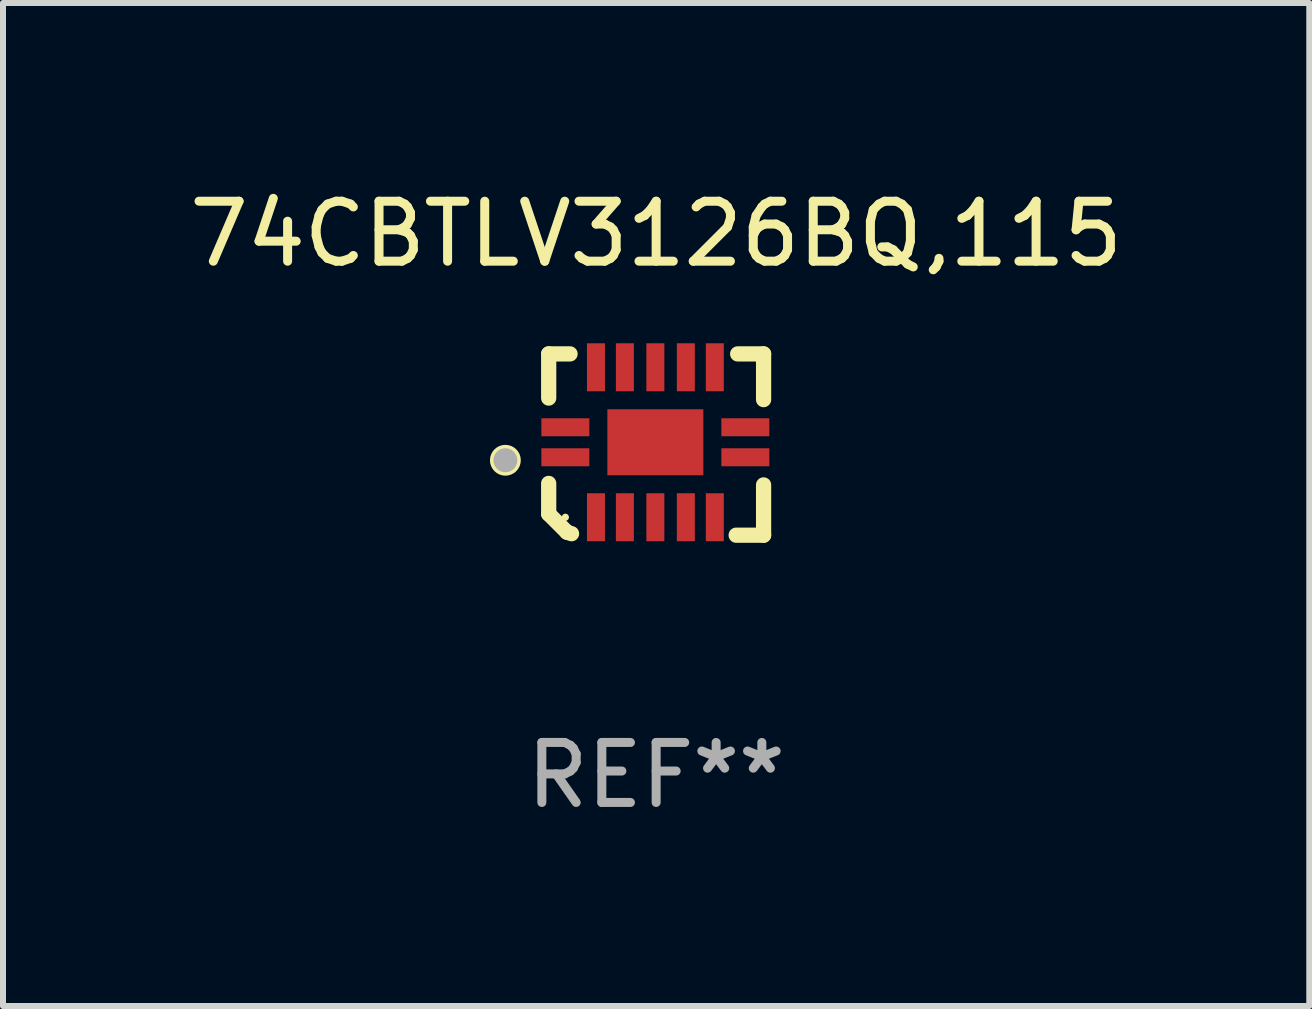
<source format=kicad_pcb>
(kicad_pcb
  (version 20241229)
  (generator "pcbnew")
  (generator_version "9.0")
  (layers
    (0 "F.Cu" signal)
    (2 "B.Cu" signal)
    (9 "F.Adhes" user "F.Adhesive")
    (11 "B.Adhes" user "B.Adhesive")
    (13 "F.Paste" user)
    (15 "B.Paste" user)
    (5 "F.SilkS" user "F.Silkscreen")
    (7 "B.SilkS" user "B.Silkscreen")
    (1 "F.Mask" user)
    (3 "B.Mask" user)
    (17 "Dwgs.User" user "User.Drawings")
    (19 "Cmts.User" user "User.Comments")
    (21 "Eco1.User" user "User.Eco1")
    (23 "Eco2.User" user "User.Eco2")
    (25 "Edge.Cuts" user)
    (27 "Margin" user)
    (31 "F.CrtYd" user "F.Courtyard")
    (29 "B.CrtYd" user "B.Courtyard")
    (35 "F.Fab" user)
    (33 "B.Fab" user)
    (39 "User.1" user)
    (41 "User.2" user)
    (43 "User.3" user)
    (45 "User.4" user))
  (footprint "74CBTLV3126BQ,115"
    (layer "F.Cu")
    (at 7.887 4.36)
    (property "Reference" "74CBTLV3126BQ,115" (at 0 -3.511 0) (layer "F.SilkS") (effects (font (size 1 1) (thickness 0.15))))
    (attr through_hole)
    (fp_line (start -1.791 -1.511) (end -1.435 -1.511) (stroke (width 0.254) (type solid)) (layer "F.SilkS"))
    (fp_line (start -1.791 -0.775) (end -1.791 -1.511) (stroke (width 0.254) (type solid)) (layer "F.SilkS"))
    (fp_line (start -1.791 1.156) (end -1.791 0.648) (stroke (width 0.254) (type solid)) (layer "F.SilkS"))
    (fp_line (start -1.486 1.461) (end -1.791 1.156) (stroke (width 0.254) (type solid)) (layer "F.SilkS"))
    (fp_line (start -1.41 1.486) (end -1.486 1.461) (stroke (width 0.254) (type solid)) (layer "F.SilkS"))
    (fp_line (start 1.334 1.511) (end 1.791 1.511) (stroke (width 0.254) (type solid)) (layer "F.SilkS"))
    (fp_line (start 1.791 -1.511) (end 1.359 -1.511) (stroke (width 0.254) (type solid)) (layer "F.SilkS"))
    (fp_line (start 1.791 -0.749) (end 1.791 -1.511) (stroke (width 0.254) (type solid)) (layer "F.SilkS"))
    (fp_line (start 1.791 1.511) (end 1.791 0.673) (stroke (width 0.254) (type solid)) (layer "F.SilkS"))
    (fp_circle (center -2.513 0.262) (end -2.383 0.262) (stroke (width 0.254) (type solid)) (fill no) (layer "F.SilkS"))
    (fp_circle (center -1.513 1.212) (end -1.483 1.212) (stroke (width 0.06) (type solid)) (fill no) (layer "F.SilkS"))
    (fp_circle (center -2.513 0.262) (end -2.413 0.262) (stroke (width 0.2) (type solid)) (fill no) (layer "F.Fab"))
    (fp_text user "REF**" (at 0 5.511 0) (layer "F.Fab") (effects (font (size 1 1) (thickness 0.15))))
    (pad "1" smd rect (at -1.513 0.212) (size 0.8 0.3) (layers "F.Cu" "F.Mask" "F.Paste"))
    (pad "2" smd rect (at -1.003 1.212) (size 0.3 0.8) (layers "F.Cu" "F.Mask" "F.Paste"))
    (pad "3" smd rect (at -0.521 1.212) (size 0.3 0.8) (layers "F.Cu" "F.Mask" "F.Paste"))
    (pad "4" smd rect (at -0.013 1.212) (size 0.3 0.8) (layers "F.Cu" "F.Mask" "F.Paste"))
    (pad "5" smd rect (at 0.495 1.212) (size 0.3 0.8) (layers "F.Cu" "F.Mask" "F.Paste"))
    (pad "6" smd rect (at 0.978 1.212) (size 0.3 0.8) (layers "F.Cu" "F.Mask" "F.Paste"))
    (pad "7" smd rect (at 1.487 0.212) (size 0.8 0.3) (layers "F.Cu" "F.Mask" "F.Paste"))
    (pad "8" smd rect (at 1.487 -0.288) (size 0.8 0.3) (layers "F.Cu" "F.Mask" "F.Paste"))
    (pad "9" smd rect (at 0.978 -1.288) (size 0.3 0.8) (layers "F.Cu" "F.Mask" "F.Paste"))
    (pad "10" smd rect (at 0.495 -1.288) (size 0.3 0.8) (layers "F.Cu" "F.Mask" "F.Paste"))
    (pad "11" smd rect (at -0.013 -1.288) (size 0.3 0.8) (layers "F.Cu" "F.Mask" "F.Paste"))
    (pad "12" smd rect (at -0.521 -1.288) (size 0.3 0.8) (layers "F.Cu" "F.Mask" "F.Paste"))
    (pad "13" smd rect (at -1.003 -1.288) (size 0.3 0.8) (layers "F.Cu" "F.Mask" "F.Paste"))
    (pad "14" smd rect (at -1.513 -0.288) (size 0.8 0.3) (layers "F.Cu" "F.Mask" "F.Paste"))
    (pad "15" smd rect (at -0.013 -0.038 90) (size 1.1 1.6) (layers "F.Cu" "F.Mask" "F.Paste")))
  (gr_rect
    (start -3 -3)
    (end 18.774 13.719)
    (stroke (width 0.1) (type default))
    (fill no)
    (layer "Edge.Cuts")))
</source>
